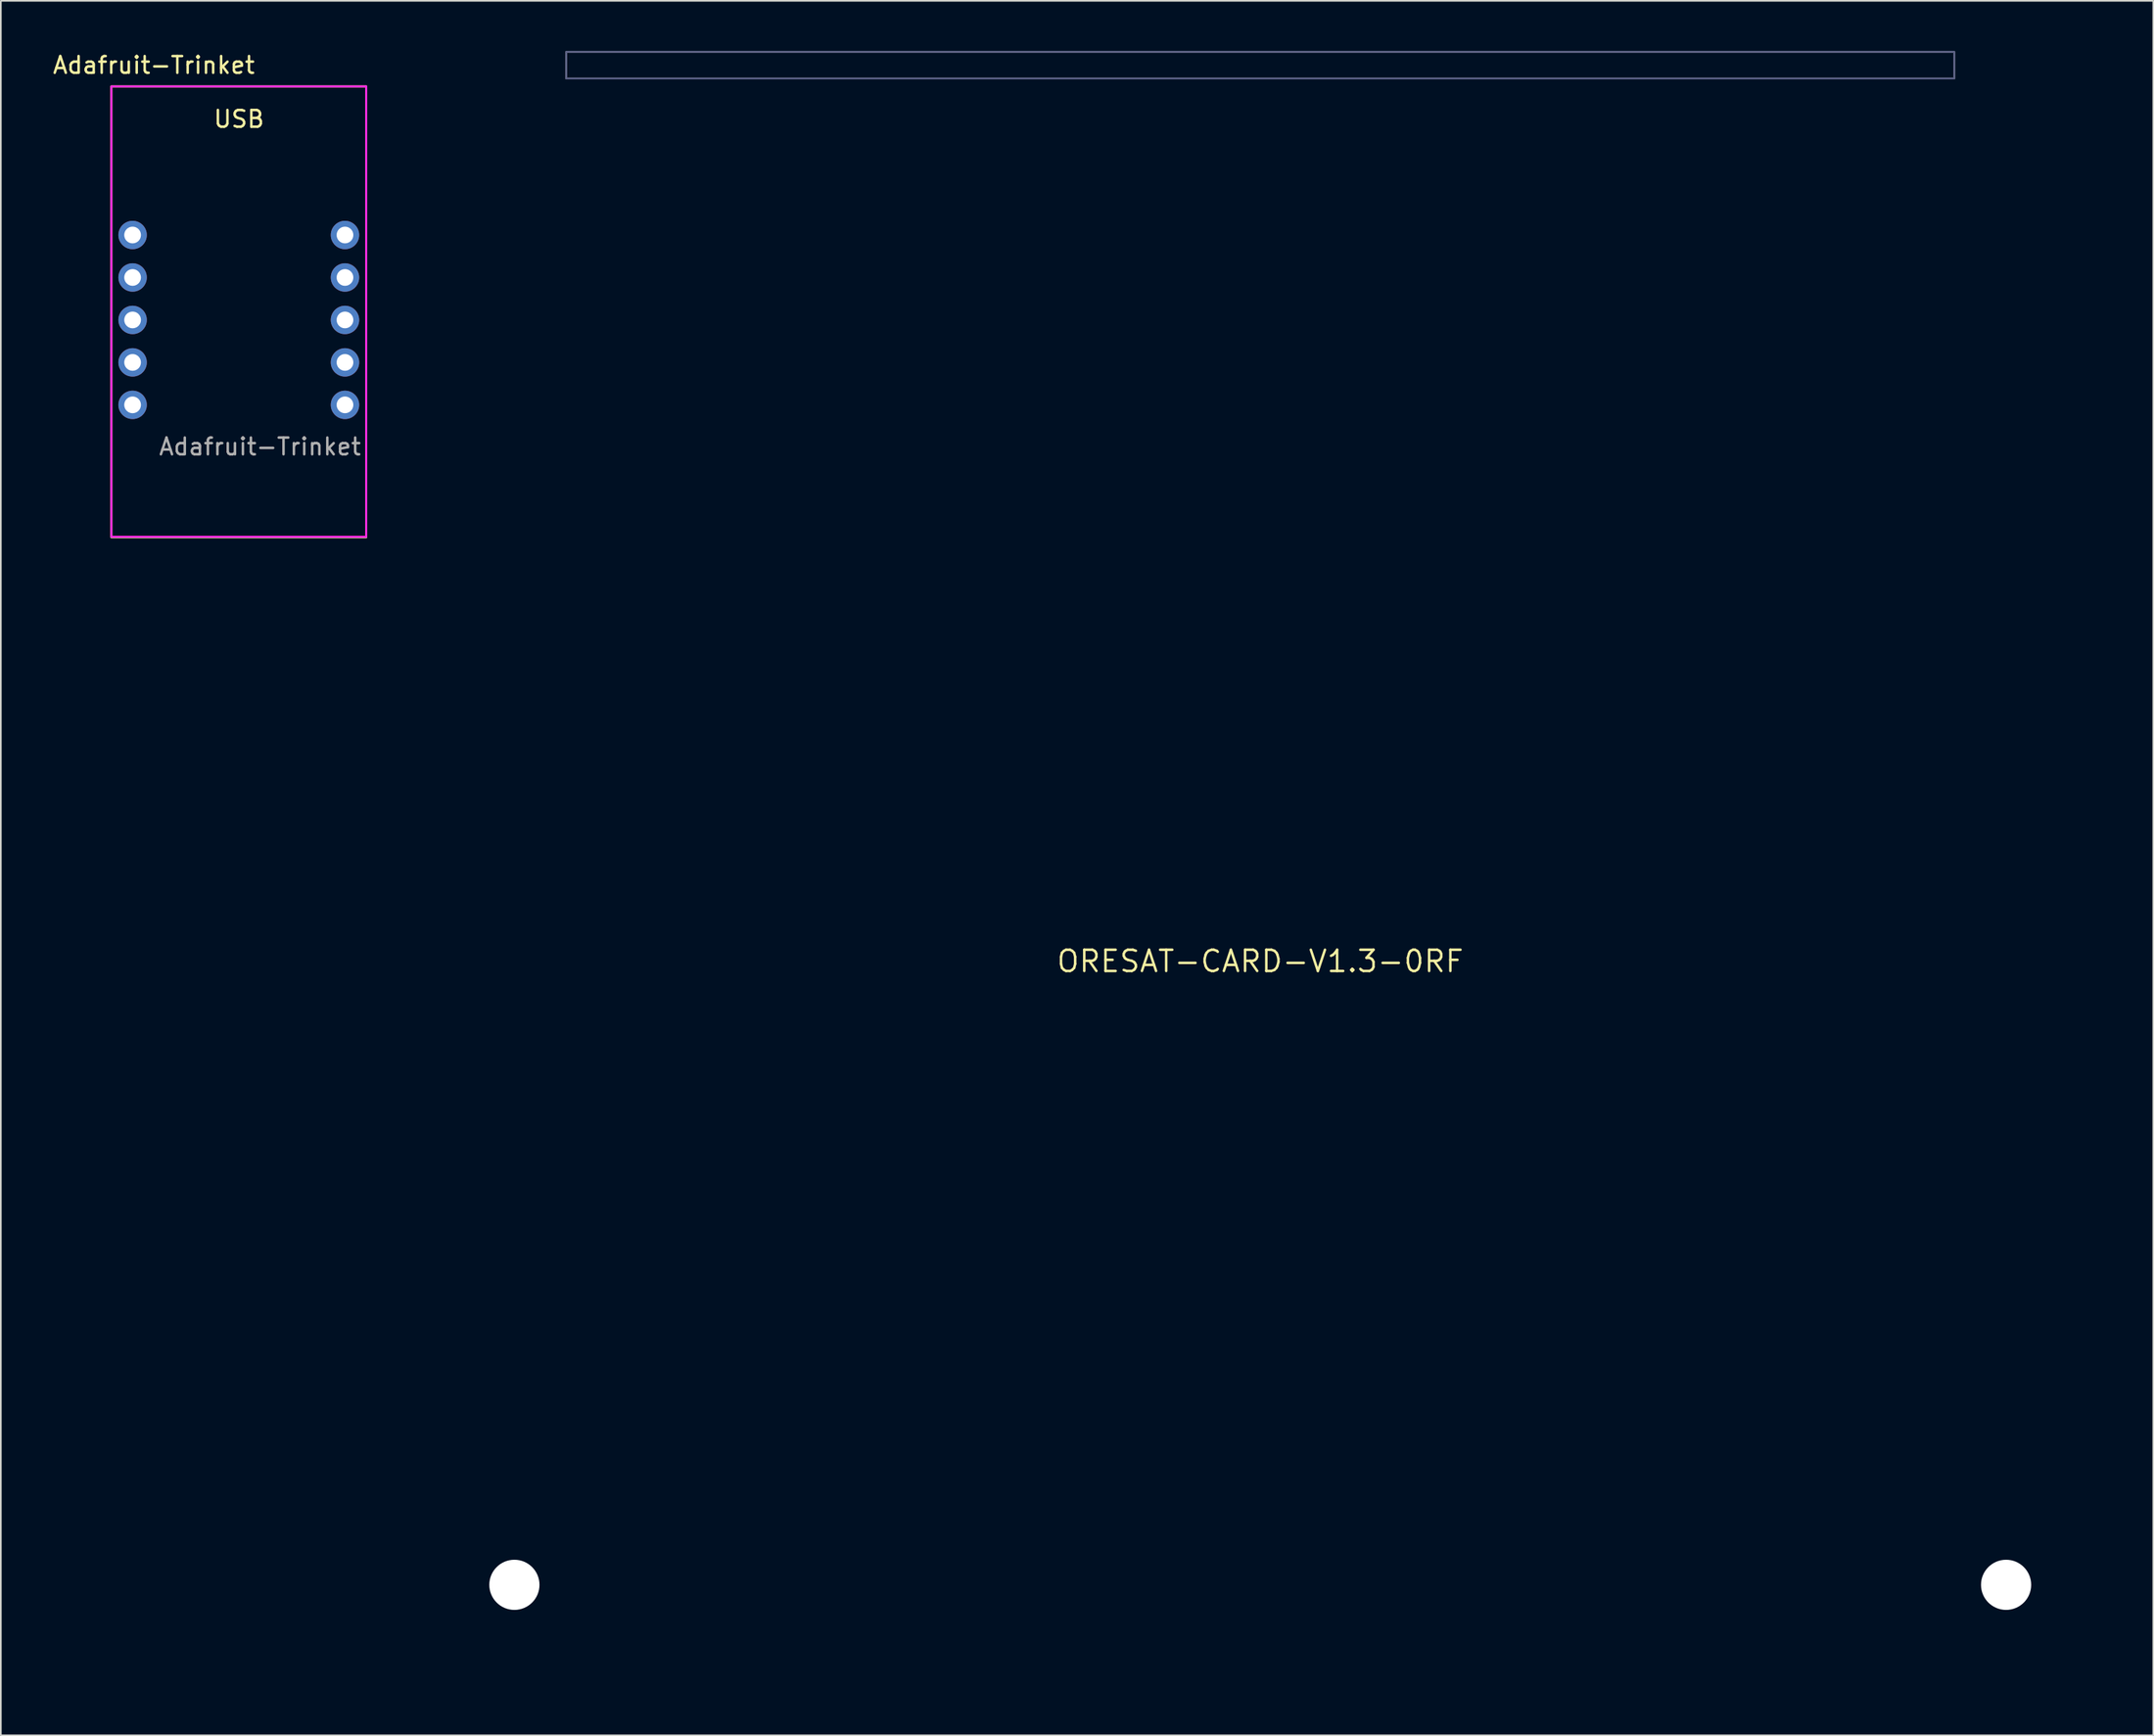
<source format=kicad_pcb>
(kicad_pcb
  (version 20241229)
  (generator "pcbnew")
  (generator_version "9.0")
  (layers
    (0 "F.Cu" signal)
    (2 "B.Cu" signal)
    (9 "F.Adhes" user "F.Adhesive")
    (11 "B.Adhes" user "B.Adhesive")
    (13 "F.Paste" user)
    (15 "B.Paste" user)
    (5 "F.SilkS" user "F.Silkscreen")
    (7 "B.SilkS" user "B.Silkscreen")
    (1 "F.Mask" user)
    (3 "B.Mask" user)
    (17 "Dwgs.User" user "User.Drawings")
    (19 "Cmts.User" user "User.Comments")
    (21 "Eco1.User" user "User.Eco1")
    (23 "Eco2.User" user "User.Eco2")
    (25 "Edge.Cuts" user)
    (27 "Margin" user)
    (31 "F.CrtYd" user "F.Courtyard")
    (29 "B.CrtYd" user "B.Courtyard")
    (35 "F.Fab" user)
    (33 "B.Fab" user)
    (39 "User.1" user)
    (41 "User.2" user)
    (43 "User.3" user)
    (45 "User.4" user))
  (footprint "ORESAT-CARD-V1.3-0RF"
    (layer "F.Cu")
    (at 72.309 47.45)
    (property "Reference" "ORESAT-CARD-V1.3-0RF" (at 0 7 0) (layer "F.SilkS") (effects (font (size 1.27 1.27) (thickness 0.15))))
    (attr exclude_from_bom)
    (fp_poly (pts (xy -47.15 41.25) (xy -49.403 41.25) (xy -49.542 41.232) (xy -49.675 41.177) (xy -49.789 41.089) (xy -49.879 40.973) (xy -49.95 40.707) (xy -49.95 -39.021) (xy -47.15 -41.821)) (stroke (width 0) (type solid)) (fill yes) (layer "F.Mask"))
    (fp_poly (pts (xy 49.95 -39.022) (xy 49.95 40.703) (xy 49.932 40.842) (xy 49.877 40.975) (xy 49.789 41.089) (xy 49.675 41.177) (xy 49.542 41.232) (xy 49.403 41.25) (xy 47.15 41.25) (xy 47.15 -41.8)) (stroke (width 0) (type solid)) (fill yes) (layer "F.Mask"))
    (fp_poly (pts (xy 34.45 49.303) (xy 34.432 49.442) (xy 34.377 49.575) (xy 34.289 49.689) (xy 34.175 49.777) (xy 34.042 49.832) (xy 33.903 49.85) (xy -33.903 49.85) (xy -34.042 49.832) (xy -34.175 49.777) (xy -34.289 49.689) (xy -34.379 49.573) (xy -34.45 49.307) (xy -34.45 47.15) (xy 34.45 47.15)) (stroke (width 0) (type solid)) (fill yes) (layer "F.Mask"))
    (fp_poly (pts (xy -47.15 41.25) (xy -49.403 41.25) (xy -49.542 41.232) (xy -49.675 41.177) (xy -49.789 41.089) (xy -49.879 40.973) (xy -49.95 40.707) (xy -49.95 -39.021) (xy -47.15 -41.821)) (stroke (width 0) (type solid)) (fill yes) (layer "B.Mask"))
    (fp_poly (pts (xy 49.95 -39.022) (xy 49.95 40.703) (xy 49.932 40.842) (xy 49.877 40.975) (xy 49.789 41.089) (xy 49.675 41.177) (xy 49.542 41.232) (xy 49.403 41.25) (xy 47.15 41.25) (xy 47.15 -41.8)) (stroke (width 0) (type solid)) (fill yes) (layer "B.Mask"))
    (fp_poly (pts (xy 34.45 49.303) (xy 34.432 49.442) (xy 34.377 49.575) (xy 34.289 49.689) (xy 34.175 49.777) (xy 34.042 49.832) (xy 33.903 49.85) (xy -33.903 49.85) (xy -34.042 49.832) (xy -34.175 49.777) (xy -34.289 49.689) (xy -34.379 49.573) (xy -34.45 49.307) (xy -34.45 47.15) (xy 34.45 47.15)) (stroke (width 0) (type solid)) (fill yes) (layer "B.Mask"))
    (fp_line (start -49.9 -39) (end -49.9 40.7) (stroke (width 0.001) (type solid)) (layer "Dwgs.User"))
    (fp_line (start -49.4 41.2) (end -47.65 41.2) (stroke (width 0.001) (type solid)) (layer "Dwgs.User"))
    (fp_line (start -47.4 -41.5) (end -47.4 41.2) (stroke (width 0.001) (type solid)) (layer "Dwgs.User"))
    (fp_line (start -47.15 41.7) (end -47.15 46.4) (stroke (width 0.001) (type solid)) (layer "Dwgs.User"))
    (fp_line (start -46.65 46.9) (end -45.3 46.9) (stroke (width 0.001) (type solid)) (layer "Dwgs.User"))
    (fp_line (start -45.3 -43.6) (end -49.9 -39) (stroke (width 0.001) (type solid)) (layer "Dwgs.User"))
    (fp_line (start -45.3 46.9) (end -45.3 -43.6) (stroke (width 0.001) (type solid)) (layer "Dwgs.User"))
    (fp_line (start -45.3 46.9) (end -34.9 46.9) (stroke (width 0.001) (type solid)) (layer "Dwgs.User"))
    (fp_line (start -44.1 -44.8) (end -45.3 -43.6) (stroke (width 0.001) (type solid)) (layer "Dwgs.User"))
    (fp_line (start -41.5 -45.8) (end -41.5 -47.4) (stroke (width 0.001) (type solid)) (layer "Dwgs.User"))
    (fp_line (start -41.5 46.9) (end -41.5 -44.8) (stroke (width 0.001) (type solid)) (layer "Dwgs.User"))
    (fp_line (start -41.232 -44.8) (end -44.1 -44.8) (stroke (width 0.001) (type solid)) (layer "Dwgs.User"))
    (fp_line (start -40.027 -38.1) (end 6.521 -38.1) (stroke (width 0.001) (type solid)) (layer "Dwgs.User"))
    (fp_line (start -34.4 47.4) (end -34.4 49.3) (stroke (width 0.001) (type solid)) (layer "Dwgs.User"))
    (fp_line (start -34.4 47.4) (end 34.4 47.4) (stroke (width 0.001) (type solid)) (layer "Dwgs.User"))
    (fp_line (start -33.9 49.8) (end 33.9 49.8) (stroke (width 0.001) (type solid)) (layer "Dwgs.User"))
    (fp_line (start -28 -40.1) (end -28 -36.1) (stroke (width 0.001) (type solid)) (layer "Dwgs.User"))
    (fp_line (start -18.232 -44.8) (end -37.768 -44.8) (stroke (width 0.001) (type solid)) (layer "Dwgs.User"))
    (fp_line (start 0 5.228) (end 0 -40.1) (stroke (width 0.001) (type solid)) (layer "Dwgs.User"))
    (fp_line (start 14.768 -44.8) (end -14.768 -44.8) (stroke (width 0.001) (type solid)) (layer "Dwgs.User"))
    (fp_line (start 34.4 49.3) (end 34.4 47.4) (stroke (width 0.001) (type solid)) (layer "Dwgs.User"))
    (fp_line (start 34.9 46.9) (end 45.3 46.9) (stroke (width 0.001) (type solid)) (layer "Dwgs.User"))
    (fp_line (start 37.768 -44.8) (end 18.232 -44.8) (stroke (width 0.001) (type solid)) (layer "Dwgs.User"))
    (fp_line (start 41.5 -47.4) (end -41.5 -47.4) (stroke (width 0.001) (type solid)) (layer "Dwgs.User"))
    (fp_line (start 41.5 -47.4) (end 41.5 -45.8) (stroke (width 0.001) (type solid)) (layer "Dwgs.User"))
    (fp_line (start 41.5 -45.8) (end -41.5 -45.8) (stroke (width 0.001) (type solid)) (layer "Dwgs.User"))
    (fp_line (start 41.5 46.9) (end 41.5 -44.8) (stroke (width 0.001) (type solid)) (layer "Dwgs.User"))
    (fp_line (start 44.1 -44.8) (end 41.232 -44.8) (stroke (width 0.001) (type solid)) (layer "Dwgs.User"))
    (fp_line (start 45.3 -43.6) (end 44.1 -44.8) (stroke (width 0.001) (type solid)) (layer "Dwgs.User"))
    (fp_line (start 45.3 46.9) (end 45.3 -43.6) (stroke (width 0.001) (type solid)) (layer "Dwgs.User"))
    (fp_line (start 45.3 46.9) (end 46.65 46.9) (stroke (width 0.001) (type solid)) (layer "Dwgs.User"))
    (fp_line (start 47.15 46.4) (end 47.15 41.7) (stroke (width 0.001) (type solid)) (layer "Dwgs.User"))
    (fp_line (start 47.4 41.25) (end 47.4 -41.5) (stroke (width 0.001) (type solid)) (layer "Dwgs.User"))
    (fp_line (start 47.65 41.2) (end 49.4 41.2) (stroke (width 0.001) (type solid)) (layer "Dwgs.User"))
    (fp_line (start 49.9 -39) (end 45.3 -43.6) (stroke (width 0.001) (type solid)) (layer "Dwgs.User"))
    (fp_line (start 49.9 40.7) (end 49.9 -39) (stroke (width 0.001) (type solid)) (layer "Dwgs.User"))
    (fp_arc (start -49.4 41.2) (mid -49.753553 41.053553) (end -49.9 40.7) (stroke (width 0.001) (type solid)) (layer "Dwgs.User"))
    (fp_arc (start -47.65 41.2) (mid -47.296447 41.346447) (end -47.15 41.7) (stroke (width 0.001) (type solid)) (layer "Dwgs.User"))
    (fp_arc (start -46.65 46.9) (mid -47.003553 46.753553) (end -47.15 46.4) (stroke (width 0.001) (type solid)) (layer "Dwgs.User"))
    (fp_arc (start -37.76795 -44.8) (mid -39.499999 -43.800001) (end -41.232049 -44.799999) (stroke (width 0.001) (type solid)) (layer "Dwgs.User"))
    (fp_arc (start -34.9 46.9) (mid -34.546447 47.046447) (end -34.4 47.4) (stroke (width 0.001) (type solid)) (layer "Dwgs.User"))
    (fp_arc (start -33.9 49.8) (mid -34.253553 49.653553) (end -34.4 49.3) (stroke (width 0.001) (type solid)) (layer "Dwgs.User"))
    (fp_arc (start -14.76795 -44.8) (mid -16.499999 -43.800001) (end -18.232049 -44.799999) (stroke (width 0.001) (type solid)) (layer "Dwgs.User"))
    (fp_arc (start 18.23205 -44.8) (mid 16.500001 -43.800001) (end 14.767951 -44.799999) (stroke (width 0.001) (type solid)) (layer "Dwgs.User"))
    (fp_arc (start 34.4 47.4) (mid 34.546447 47.046447) (end 34.9 46.9) (stroke (width 0.001) (type solid)) (layer "Dwgs.User"))
    (fp_arc (start 34.4 49.3) (mid 34.253553 49.653553) (end 33.9 49.8) (stroke (width 0.001) (type solid)) (layer "Dwgs.User"))
    (fp_arc (start 41.23205 -44.8) (mid 39.500001 -43.800001) (end 37.767951 -44.799999) (stroke (width 0.001) (type solid)) (layer "Dwgs.User"))
    (fp_arc (start 47.15 41.7) (mid 47.296447 41.346447) (end 47.65 41.2) (stroke (width 0.001) (type solid)) (layer "Dwgs.User"))
    (fp_arc (start 47.15 46.4) (mid 47.003553 46.753553) (end 46.65 46.9) (stroke (width 0.001) (type solid)) (layer "Dwgs.User"))
    (fp_arc (start 49.9 40.7) (mid 49.753553 41.053553) (end 49.4 41.2) (stroke (width 0.001) (type solid)) (layer "Dwgs.User"))
    (fp_circle (center 0 0) (end 2.5 0) (stroke (width 0.001) (type solid)) (fill no) (layer "Dwgs.User"))
    (fp_line (start -49.9 -39) (end -49.9 40.7) (stroke (width 0.001) (type solid)) (layer "Edge.Cuts"))
    (fp_line (start -49.4 41.2) (end -47.65 41.2) (stroke (width 0.001) (type solid)) (layer "Edge.Cuts"))
    (fp_line (start -47.15 41.7) (end -47.15 46.4) (stroke (width 0.001) (type solid)) (layer "Edge.Cuts"))
    (fp_line (start -46.65 46.9) (end -34.9 46.9) (stroke (width 0.001) (type solid)) (layer "Edge.Cuts"))
    (fp_line (start -44.1 -44.8) (end -49.9 -39) (stroke (width 0.001) (type solid)) (layer "Edge.Cuts"))
    (fp_line (start -41.232 -44.8) (end -44.1 -44.8) (stroke (width 0.001) (type solid)) (layer "Edge.Cuts"))
    (fp_line (start -34.4 47.4) (end -34.4 49.3) (stroke (width 0.001) (type solid)) (layer "Edge.Cuts"))
    (fp_line (start -33.9 49.8) (end 33.9 49.8) (stroke (width 0.001) (type solid)) (layer "Edge.Cuts"))
    (fp_line (start -18.232 -44.8) (end -37.768 -44.8) (stroke (width 0.001) (type solid)) (layer "Edge.Cuts"))
    (fp_line (start 14.768 -44.8) (end -14.768 -44.8) (stroke (width 0.001) (type solid)) (layer "Edge.Cuts"))
    (fp_line (start 34.4 49.3) (end 34.4 47.4) (stroke (width 0.001) (type solid)) (layer "Edge.Cuts"))
    (fp_line (start 34.9 46.9) (end 46.65 46.9) (stroke (width 0.001) (type solid)) (layer "Edge.Cuts"))
    (fp_line (start 37.768 -44.8) (end 18.232 -44.8) (stroke (width 0.001) (type solid)) (layer "Edge.Cuts"))
    (fp_line (start 44.1 -44.8) (end 41.232 -44.8) (stroke (width 0.001) (type solid)) (layer "Edge.Cuts"))
    (fp_line (start 47.15 46.4) (end 47.15 41.7) (stroke (width 0.001) (type solid)) (layer "Edge.Cuts"))
    (fp_line (start 47.65 41.2) (end 49.4 41.2) (stroke (width 0.001) (type solid)) (layer "Edge.Cuts"))
    (fp_line (start 49.9 -39) (end 44.1 -44.8) (stroke (width 0.001) (type solid)) (layer "Edge.Cuts"))
    (fp_line (start 49.9 40.7) (end 49.9 -39) (stroke (width 0.001) (type solid)) (layer "Edge.Cuts"))
    (fp_arc (start -49.4 41.2) (mid -49.753553 41.053553) (end -49.9 40.7) (stroke (width 0.001) (type solid)) (layer "Edge.Cuts"))
    (fp_arc (start -47.65 41.2) (mid -47.296447 41.346447) (end -47.15 41.7) (stroke (width 0.001) (type solid)) (layer "Edge.Cuts"))
    (fp_arc (start -46.65 46.9) (mid -47.003553 46.753553) (end -47.15 46.4) (stroke (width 0.001) (type solid)) (layer "Edge.Cuts"))
    (fp_arc (start -37.767951 -44.799999) (mid -39.500001 -43.800001) (end -41.23205 -44.8) (stroke (width 0.001) (type solid)) (layer "Edge.Cuts"))
    (fp_arc (start -34.9 46.9) (mid -34.546447 47.046447) (end -34.4 47.4) (stroke (width 0.001) (type solid)) (layer "Edge.Cuts"))
    (fp_arc (start -33.9 49.8) (mid -34.253553 49.653553) (end -34.4 49.3) (stroke (width 0.001) (type solid)) (layer "Edge.Cuts"))
    (fp_arc (start -14.767951 -44.799999) (mid -16.500001 -43.800001) (end -18.23205 -44.8) (stroke (width 0.001) (type solid)) (layer "Edge.Cuts"))
    (fp_arc (start 18.23205 -44.8) (mid 16.500001 -43.800001) (end 14.767951 -44.799999) (stroke (width 0.001) (type solid)) (layer "Edge.Cuts"))
    (fp_arc (start 34.4 47.4) (mid 34.546447 47.046447) (end 34.9 46.9) (stroke (width 0.001) (type solid)) (layer "Edge.Cuts"))
    (fp_arc (start 34.4 49.3) (mid 34.253553 49.653553) (end 33.9 49.8) (stroke (width 0.001) (type solid)) (layer "Edge.Cuts"))
    (fp_arc (start 41.23205 -44.8) (mid 39.500001 -43.800001) (end 37.767951 -44.799999) (stroke (width 0.001) (type solid)) (layer "Edge.Cuts"))
    (fp_arc (start 47.15 41.7) (mid 47.296447 41.346447) (end 47.65 41.2) (stroke (width 0.001) (type solid)) (layer "Edge.Cuts"))
    (fp_arc (start 47.15 46.4) (mid 47.003553 46.753553) (end 46.65 46.9) (stroke (width 0.001) (type solid)) (layer "Edge.Cuts"))
    (fp_arc (start 49.9 40.7) (mid 49.753553 41.053553) (end 49.4 41.2) (stroke (width 0.001) (type solid)) (layer "Edge.Cuts"))
    (fp_line (start -50.4 -43.6) (end -50.4 50.3) (stroke (width 0.001) (type solid)) (layer "B.CrtYd"))
    (fp_line (start -50.4 50.3) (end 50.4 50.3) (stroke (width 0.001) (type solid)) (layer "B.CrtYd"))
    (fp_line (start -46.9 -43.6) (end -50.4 -43.6) (stroke (width 0.001) (type solid)) (layer "B.CrtYd"))
    (fp_line (start -46.9 46.9) (end -46.9 -43.6) (stroke (width 0.001) (type solid)) (layer "B.CrtYd"))
    (fp_line (start -46.9 46.9) (end 46.9 46.9) (stroke (width 0.001) (type solid)) (layer "B.CrtYd"))
    (fp_line (start 46.9 -43.6) (end 50.4 -43.6) (stroke (width 0.001) (type solid)) (layer "B.CrtYd"))
    (fp_line (start 46.9 46.9) (end 46.9 -43.6) (stroke (width 0.001) (type solid)) (layer "B.CrtYd"))
    (fp_line (start 50.4 -43.6) (end 50.4 50.3) (stroke (width 0.001) (type solid)) (layer "B.CrtYd"))
    (fp_line (start -50.4 -43.6) (end -50.4 50.3) (stroke (width 0.001) (type solid)) (layer "F.CrtYd"))
    (fp_line (start -50.4 50.3) (end 50.4 50.3) (stroke (width 0.001) (type solid)) (layer "F.CrtYd"))
    (fp_line (start -46.9 -43.6) (end -50.4 -43.6) (stroke (width 0.001) (type solid)) (layer "F.CrtYd"))
    (fp_line (start -46.9 46.9) (end -46.9 -43.6) (stroke (width 0.001) (type solid)) (layer "F.CrtYd"))
    (fp_line (start -46.9 46.9) (end 46.9 46.9) (stroke (width 0.001) (type solid)) (layer "F.CrtYd"))
    (fp_line (start 46.9 -43.6) (end 50.4 -43.6) (stroke (width 0.001) (type solid)) (layer "F.CrtYd"))
    (fp_line (start 46.9 46.9) (end 46.9 -43.6) (stroke (width 0.001) (type solid)) (layer "F.CrtYd"))
    (fp_line (start 50.4 -43.6) (end 50.4 50.3) (stroke (width 0.001) (type solid)) (layer "F.CrtYd"))
    (fp_line (start -45.3 46.9) (end -45.3 -43.6) (stroke (width 0.001) (type solid)) (layer "B.Fab"))
    (fp_line (start -41.5 46.9) (end -41.5 -44.8) (stroke (width 0.001) (type solid)) (layer "B.Fab"))
    (fp_line (start 41.5 46.9) (end 41.5 -44.8) (stroke (width 0.001) (type solid)) (layer "B.Fab"))
    (fp_line (start 45.3 46.9) (end 45.3 -43.6) (stroke (width 0.001) (type solid)) (layer "B.Fab"))
    (fp_poly (pts (xy -41.5 -45.8) (xy 41.5 -45.8) (xy 41.5 -47.4) (xy -41.5 -47.4)) (stroke (width 0.1) (type solid)) (fill no) (layer "B.Fab"))
    (fp_line (start -45.3 46.9) (end -45.3 -43.6) (stroke (width 0.001) (type solid)) (layer "F.Fab"))
    (fp_line (start -41.5 46.9) (end -41.5 -44.8) (stroke (width 0.001) (type solid)) (layer "F.Fab"))
    (fp_line (start -29 -38.094) (end -27 -38.094) (stroke (width 0.001) (type solid)) (layer "F.Fab"))
    (fp_line (start -28 -39.094) (end -28 -37.094) (stroke (width 0.001) (type solid)) (layer "F.Fab"))
    (fp_line (start -1 -38.094) (end 1 -38.094) (stroke (width 0.001) (type solid)) (layer "F.Fab"))
    (fp_line (start -1 0) (end 1 0) (stroke (width 0.001) (type solid)) (layer "F.Fab"))
    (fp_line (start 0 -39.094) (end 0 -37.094) (stroke (width 0.001) (type solid)) (layer "F.Fab"))
    (fp_line (start 0 -1) (end 0 1) (stroke (width 0.001) (type solid)) (layer "F.Fab"))
    (fp_line (start 41.5 46.9) (end 41.5 -44.8) (stroke (width 0.001) (type solid)) (layer "F.Fab"))
    (fp_line (start 45.3 46.9) (end 45.3 -43.6) (stroke (width 0.001) (type solid)) (layer "F.Fab"))
    (fp_circle (center -28 -38.094) (end -27.5 -38.094) (stroke (width 0.001) (type solid)) (fill no) (layer "F.Fab"))
    (fp_circle (center 0 -38.094) (end 0.5 -38.094) (stroke (width 0.001) (type solid)) (fill no) (layer "F.Fab"))
    (fp_circle (center 0 0) (end 0.5 0) (stroke (width 0.001) (type solid)) (fill no) (layer "F.Fab"))
    (fp_poly (pts (xy -41.5 -45.8) (xy 41.5 -45.8) (xy 41.5 -47.4) (xy -41.5 -47.4)) (stroke (width 0.1) (type solid)) (fill no) (layer "F.Fab"))
    (pad "" np_thru_hole circle (at -44.6 44.3) (size 3 3) (drill 3) (layers "*.Cu" "*.Mask"))
    (pad "" np_thru_hole circle (at 44.6 44.3) (size 3 3) (drill 3) (layers "*.Cu" "*.Mask")))
  (footprint "Adafruit-Trinket"
    (layer "F.Cu")
    (at 11.229 16.088)
    (property "Reference" "Adafruit-Trinket" (at -5.08 -15.24 0) (unlocked yes) (layer "F.SilkS") (effects (font (size 1 1) (thickness 0.15))))
    (attr through_hole)
    (fp_rect (start -7.62 -13.97) (end 7.62 13) (stroke (width 0.12) (type default)) (fill no) (layer "F.SilkS"))
    (fp_rect (start -7.62 -13.97) (end 7.62 12.97) (stroke (width 0.12) (type default)) (fill no) (layer "F.CrtYd"))
    (fp_text user "USB" (at -1.587 -11.43 0) (unlocked yes) (layer "F.SilkS") (effects (font (size 1 1) (thickness 0.15)) (justify left bottom)))
    (fp_text user "${REFERENCE}" (at 1.27 7.58 0) (unlocked yes) (layer "F.Fab") (effects (font (size 1 1) (thickness 0.15))))
    (pad "1" thru_hole circle (at -6.35 -5.08) (size 1.7 1.7) (drill 1) (layers "*.Cu" "*.Mask"))
    (pad "2" thru_hole circle (at -6.35 -2.54) (size 1.7 1.7) (drill 1) (layers "*.Cu" "*.Mask"))
    (pad "3" thru_hole circle (at -6.35 0) (size 1.7 1.7) (drill 1) (layers "*.Cu" "*.Mask"))
    (pad "4" thru_hole circle (at -6.35 2.54) (size 1.7 1.7) (drill 1) (layers "*.Cu" "*.Mask"))
    (pad "5" thru_hole circle (at -6.35 5.08) (size 1.7 1.7) (drill 1) (layers "*.Cu" "*.Mask"))
    (pad "6" thru_hole circle (at 6.35 5.08) (size 1.7 1.7) (drill 1) (layers "*.Cu" "*.Mask"))
    (pad "7" thru_hole circle (at 6.35 2.54) (size 1.7 1.7) (drill 1) (layers "*.Cu" "*.Mask"))
    (pad "8" thru_hole circle (at 6.35 0) (size 1.7 1.7) (drill 1) (layers "*.Cu" "*.Mask"))
    (pad "9" thru_hole circle (at 6.35 -2.54) (size 1.7 1.7) (drill 1) (layers "*.Cu" "*.Mask"))
    (pad "10" thru_hole circle (at 6.35 -5.08) (size 1.7 1.7) (drill 1) (layers "*.Cu" "*.Mask")))
  (gr_rect
    (start -3 -3)
    (end 125.71 100.751)
    (stroke (width 0.1) (type default))
    (fill no)
    (layer "Edge.Cuts")))
</source>
